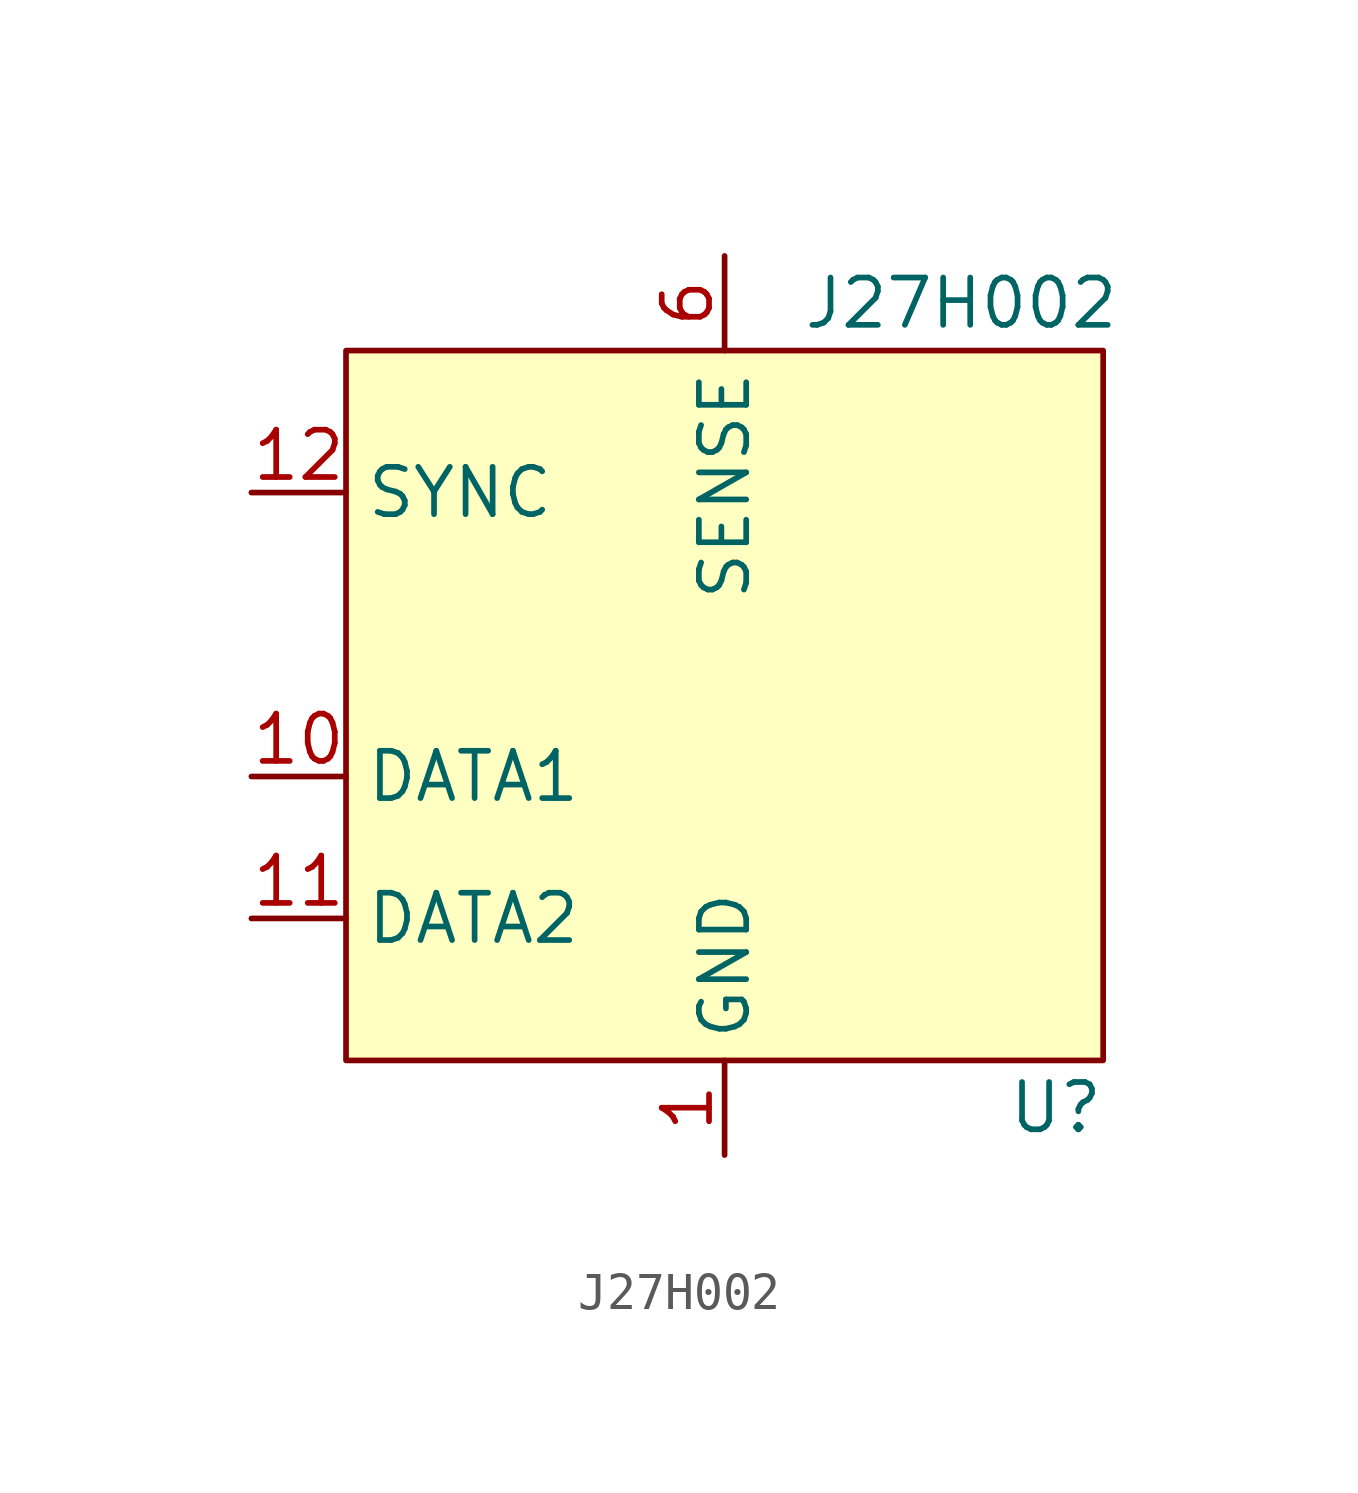
<source format=kicad_sym>
(kicad_symbol_lib
  (version 20211014)
  (generator kicad_symbol_editor)
  (symbol "J27H002"
    (property "Reference" "U"
      (at 8.89 -10.16 0)
      (effects (font (size 1.27 1.27))))
    (property "Value" "J27H002"
      (at 6.35 11.43 0)
      (effects (font (size 1.27 1.27))))
    (symbol "J27H002_0_1"
      (rectangle (start -10.16 10.16) (end 10.16 -8.89) (stroke (width 0.152) (type default) (color 0 0 0 0)) (fill (type background))))
    (symbol "J27H002_1_1"
      (pin power_in line (at 0 -11.43 90) (length 2.54) (name "GND" (effects (font (size 1.27 1.27)))) (number "1" (effects (font (size 1.27 1.27)))))
      (pin bidirectional line (at -12.7 -1.27 0) (length 2.54) (name "DATA1" (effects (font (size 1.27 1.27)))) (number "10" (effects (font (size 1.27 1.27)))))
      (pin bidirectional line (at -12.7 -5.08 0) (length 2.54) (name "DATA2" (effects (font (size 1.27 1.27)))) (number "11" (effects (font (size 1.27 1.27)))))
      (pin input line (at -12.7 6.35 0) (length 2.54) (name "SYNC" (effects (font (size 1.27 1.27)))) (number "12" (effects (font (size 1.27 1.27)))))
      (pin power_in line (at 0 12.7 270) (length 2.54) hide (name "SENSE" (effects (font (size 1.27 1.27)))) (number "13" (effects (font (size 1.27 1.27)))))
      (pin power_in line (at 0 -11.43 90) (length 2.54) hide (name "GND" (effects (font (size 1.27 1.27)))) (number "16" (effects (font (size 1.27 1.27)))))
      (pin power_in line (at 0 12.7 270) (length 2.54) (name "SENSE" (effects (font (size 1.27 1.27)))) (number "6" (effects (font (size 1.27 1.27)))))
      (pin power_in line (at 0 12.7 270) (length 2.54) hide (name "SENSE" (effects (font (size 1.27 1.27)))) (number "7" (effects (font (size 1.27 1.27)))))
      (pin power_in line (at 0 -11.43 90) (length 2.54) hide (name "GND" (effects (font (size 1.27 1.27)))) (number "8" (effects (font (size 1.27 1.27)))))
      (pin power_in line (at 0 -11.43 90) (length 2.54) hide (name "GND" (effects (font (size 1.27 1.27)))) (number "9" (effects (font (size 1.27 1.27))))))))
</source>
